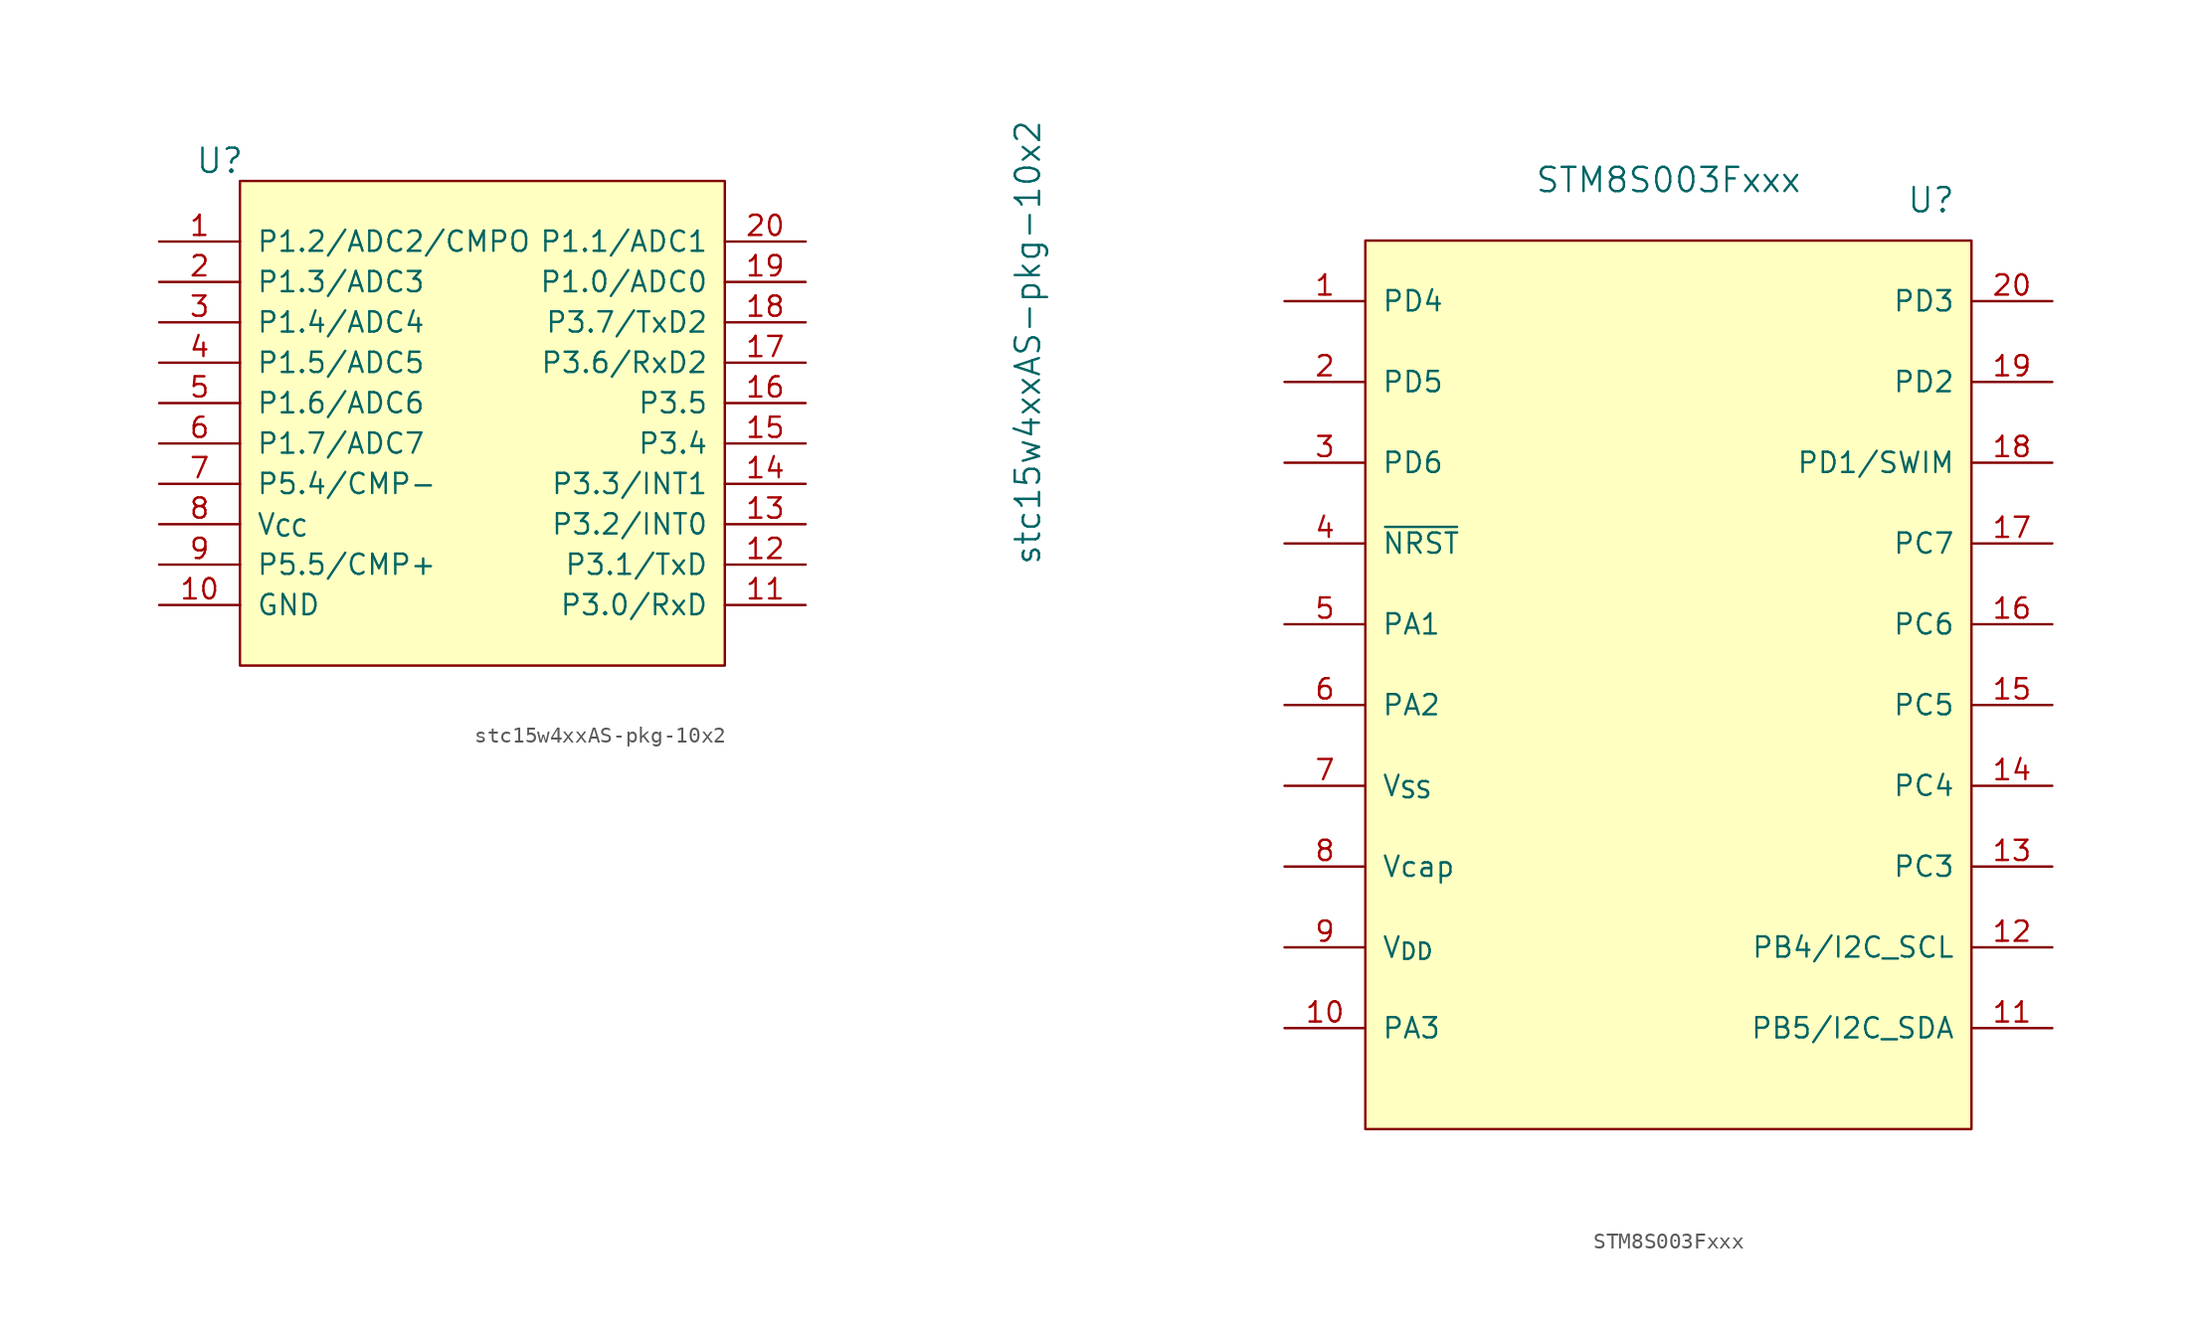
<source format=kicad_sym>
(kicad_symbol_lib
  (version 20231120)
  (generator "kicad_symbol_editor")
  (generator_version "8.0")
  (symbol "stc15w4xxAS-pkg-10x2"
    (pin_names
      (offset 1.016))
    (property "Reference" "U"
      (at -17.78 16.51 0)
      (effects (font (size 1.524 1.524))))
    (property "Value" "stc15w4xxAS-pkg-10x2"
      (at 33.02 5.08 90)
      (effects (font (size 1.524 1.524))))
    (symbol "stc15w4xxAS-pkg-10x2_0_1"
      (rectangle (start -16.51 15.24) (end 13.97 -15.24) (stroke (width 0) (type default)) (fill (type background))))
    (symbol "stc15w4xxAS-pkg-10x2_1_1"
      (pin bidirectional line (at -21.59 11.43 0) (length 5.08) (name "P1.2/ADC2/CMPO" (effects (font (size 1.27 1.27)))) (number "1" (effects (font (size 1.27 1.27)))))
      (pin power_in line (at -21.59 -11.43 0) (length 5.08) (name "GND" (effects (font (size 1.27 1.27)))) (number "10" (effects (font (size 1.27 1.27)))))
      (pin bidirectional line (at 19.05 -11.43 180) (length 5.08) (name "P3.0/RxD" (effects (font (size 1.27 1.27)))) (number "11" (effects (font (size 1.27 1.27)))))
      (pin bidirectional line (at 19.05 -8.89 180) (length 5.08) (name "P3.1/TxD" (effects (font (size 1.27 1.27)))) (number "12" (effects (font (size 1.27 1.27)))))
      (pin bidirectional line (at 19.05 -6.35 180) (length 5.08) (name "P3.2/INT0" (effects (font (size 1.27 1.27)))) (number "13" (effects (font (size 1.27 1.27)))))
      (pin bidirectional line (at 19.05 -3.81 180) (length 5.08) (name "P3.3/INT1" (effects (font (size 1.27 1.27)))) (number "14" (effects (font (size 1.27 1.27)))))
      (pin bidirectional line (at 19.05 -1.27 180) (length 5.08) (name "P3.4" (effects (font (size 1.27 1.27)))) (number "15" (effects (font (size 1.27 1.27)))))
      (pin bidirectional line (at 19.05 1.27 180) (length 5.08) (name "P3.5" (effects (font (size 1.27 1.27)))) (number "16" (effects (font (size 1.27 1.27)))))
      (pin bidirectional line (at 19.05 3.81 180) (length 5.08) (name "P3.6/RxD2" (effects (font (size 1.27 1.27)))) (number "17" (effects (font (size 1.27 1.27)))))
      (pin bidirectional line (at 19.05 6.35 180) (length 5.08) (name "P3.7/TxD2" (effects (font (size 1.27 1.27)))) (number "18" (effects (font (size 1.27 1.27)))))
      (pin bidirectional line (at 19.05 8.89 180) (length 5.08) (name "P1.0/ADC0" (effects (font (size 1.27 1.27)))) (number "19" (effects (font (size 1.27 1.27)))))
      (pin bidirectional line (at -21.59 8.89 0) (length 5.08) (name "P1.3/ADC3" (effects (font (size 1.27 1.27)))) (number "2" (effects (font (size 1.27 1.27)))))
      (pin bidirectional line (at 19.05 11.43 180) (length 5.08) (name "P1.1/ADC1" (effects (font (size 1.27 1.27)))) (number "20" (effects (font (size 1.27 1.27)))))
      (pin bidirectional line (at -21.59 6.35 0) (length 5.08) (name "P1.4/ADC4" (effects (font (size 1.27 1.27)))) (number "3" (effects (font (size 1.27 1.27)))))
      (pin bidirectional line (at -21.59 3.81 0) (length 5.08) (name "P1.5/ADC5" (effects (font (size 1.27 1.27)))) (number "4" (effects (font (size 1.27 1.27)))))
      (pin bidirectional line (at -21.59 1.27 0) (length 5.08) (name "P1.6/ADC6" (effects (font (size 1.27 1.27)))) (number "5" (effects (font (size 1.27 1.27)))))
      (pin bidirectional line (at -21.59 -1.27 0) (length 5.08) (name "P1.7/ADC7" (effects (font (size 1.27 1.27)))) (number "6" (effects (font (size 1.27 1.27)))))
      (pin bidirectional line (at -21.59 -3.81 0) (length 5.08) (name "P5.4/CMP-" (effects (font (size 1.27 1.27)))) (number "7" (effects (font (size 1.27 1.27)))))
      (pin power_in line (at -21.59 -6.35 0) (length 5.08) (name "V_{CC}" (effects (font (size 1.27 1.27)))) (number "8" (effects (font (size 1.27 1.27)))))
      (pin bidirectional line (at -21.59 -8.89 0) (length 5.08) (name "P5.5/CMP+" (effects (font (size 1.27 1.27)))) (number "9" (effects (font (size 1.27 1.27)))))))
  (symbol "STM8S003Fxxx"
    (pin_names
      (offset 1.016))
    (property "Reference" "U"
      (at 16.51 29.21 0)
      (effects (font (size 1.524 1.524))))
    (property "Value" "STM8S003Fxxx"
      (at 0 30.48 0)
      (effects (font (size 1.524 1.524))))
    (symbol "STM8S003Fxxx_0_1"
      (rectangle (start -19.05 26.67) (end 19.05 -29.21) (stroke (width 0) (type default)) (fill (type background))))
    (symbol "STM8S003Fxxx_1_1"
      (pin input line (at -24.13 22.86 0) (length 5.08) (name "PD4" (effects (font (size 1.27 1.27)))) (number "1" (effects (font (size 1.27 1.27)))))
      (pin input line (at -24.13 -22.86 0) (length 5.08) (name "PA3" (effects (font (size 1.27 1.27)))) (number "10" (effects (font (size 1.27 1.27)))))
      (pin input line (at 24.13 -22.86 180) (length 5.08) (name "PB5/I2C_SDA" (effects (font (size 1.27 1.27)))) (number "11" (effects (font (size 1.27 1.27)))))
      (pin input line (at 24.13 -17.78 180) (length 5.08) (name "PB4/I2C_SCL" (effects (font (size 1.27 1.27)))) (number "12" (effects (font (size 1.27 1.27)))))
      (pin input line (at 24.13 -12.7 180) (length 5.08) (name "PC3" (effects (font (size 1.27 1.27)))) (number "13" (effects (font (size 1.27 1.27)))))
      (pin input line (at 24.13 -7.62 180) (length 5.08) (name "PC4" (effects (font (size 1.27 1.27)))) (number "14" (effects (font (size 1.27 1.27)))))
      (pin input line (at 24.13 -2.54 180) (length 5.08) (name "PC5" (effects (font (size 1.27 1.27)))) (number "15" (effects (font (size 1.27 1.27)))))
      (pin input line (at 24.13 2.54 180) (length 5.08) (name "PC6" (effects (font (size 1.27 1.27)))) (number "16" (effects (font (size 1.27 1.27)))))
      (pin input line (at 24.13 7.62 180) (length 5.08) (name "PC7" (effects (font (size 1.27 1.27)))) (number "17" (effects (font (size 1.27 1.27)))))
      (pin input line (at 24.13 12.7 180) (length 5.08) (name "PD1/SWIM" (effects (font (size 1.27 1.27)))) (number "18" (effects (font (size 1.27 1.27)))))
      (pin input line (at 24.13 17.78 180) (length 5.08) (name "PD2" (effects (font (size 1.27 1.27)))) (number "19" (effects (font (size 1.27 1.27)))))
      (pin input line (at -24.13 17.78 0) (length 5.08) (name "PD5" (effects (font (size 1.27 1.27)))) (number "2" (effects (font (size 1.27 1.27)))))
      (pin input line (at 24.13 22.86 180) (length 5.08) (name "PD3" (effects (font (size 1.27 1.27)))) (number "20" (effects (font (size 1.27 1.27)))))
      (pin input line (at -24.13 12.7 0) (length 5.08) (name "PD6" (effects (font (size 1.27 1.27)))) (number "3" (effects (font (size 1.27 1.27)))))
      (pin input line (at -24.13 7.62 0) (length 5.08) (name "~{NRST}" (effects (font (size 1.27 1.27)))) (number "4" (effects (font (size 1.27 1.27)))))
      (pin input line (at -24.13 2.54 0) (length 5.08) (name "PA1" (effects (font (size 1.27 1.27)))) (number "5" (effects (font (size 1.27 1.27)))))
      (pin input line (at -24.13 -2.54 0) (length 5.08) (name "PA2" (effects (font (size 1.27 1.27)))) (number "6" (effects (font (size 1.27 1.27)))))
      (pin power_out line (at -24.13 -7.62 0) (length 5.08) (name "V_{SS}" (effects (font (size 1.27 1.27)))) (number "7" (effects (font (size 1.27 1.27)))))
      (pin input line (at -24.13 -12.7 0) (length 5.08) (name "Vcap" (effects (font (size 1.27 1.27)))) (number "8" (effects (font (size 1.27 1.27)))))
      (pin power_in line (at -24.13 -17.78 0) (length 5.08) (name "V_{DD}" (effects (font (size 1.27 1.27)))) (number "9" (effects (font (size 1.27 1.27))))))))
</source>
